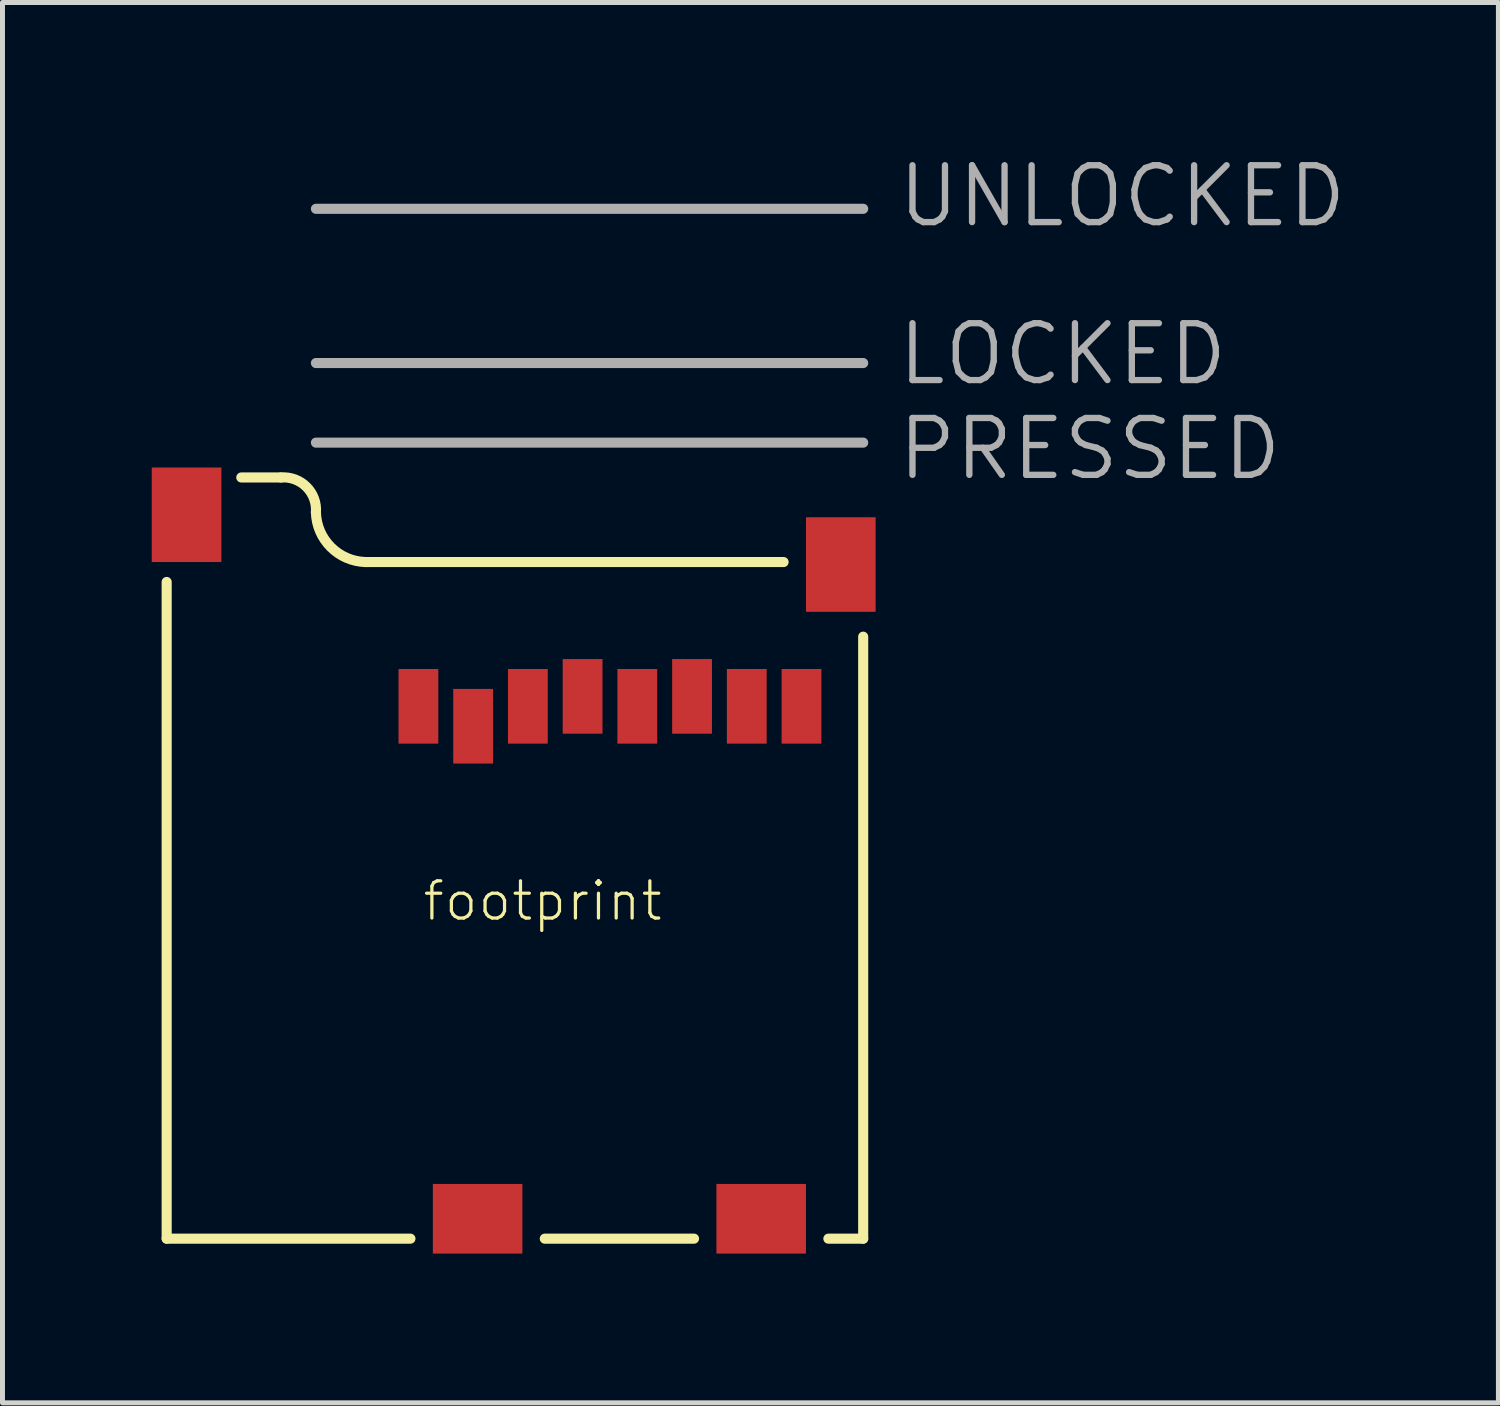
<source format=kicad_pcb>
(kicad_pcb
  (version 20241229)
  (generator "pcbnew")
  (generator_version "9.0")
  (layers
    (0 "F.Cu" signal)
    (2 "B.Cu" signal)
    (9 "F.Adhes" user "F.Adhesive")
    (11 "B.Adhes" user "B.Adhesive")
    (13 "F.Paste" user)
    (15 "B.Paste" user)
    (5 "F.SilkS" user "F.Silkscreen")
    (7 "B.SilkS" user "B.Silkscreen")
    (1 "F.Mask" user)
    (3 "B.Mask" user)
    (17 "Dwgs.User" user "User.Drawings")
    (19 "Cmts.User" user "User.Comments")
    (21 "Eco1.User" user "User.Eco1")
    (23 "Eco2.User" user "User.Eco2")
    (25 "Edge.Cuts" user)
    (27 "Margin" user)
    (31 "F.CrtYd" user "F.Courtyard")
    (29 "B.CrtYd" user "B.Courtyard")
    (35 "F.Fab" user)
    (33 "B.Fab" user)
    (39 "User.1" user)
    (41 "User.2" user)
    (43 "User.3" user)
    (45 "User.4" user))
  (footprint "footprint"
    (layer "F.Cu")
    (at 14.3 21.847)
    (property "Reference" "footprint" (at -8.89 -6.35 0) (layer "F.SilkS") (effects (font (size 0.748 0.748) (thickness 0.065)) (justify left bottom)))
    (fp_line (start -14 0) (end -14 -13.2) (stroke (width 0.203) (type solid)) (layer "F.SilkS"))
    (fp_line (start -14 0) (end -9.1 0) (stroke (width 0.203) (type solid)) (layer "F.SilkS"))
    (fp_line (start -11.7 -15.3) (end -12.5 -15.3) (stroke (width 0.203) (type solid)) (layer "F.SilkS"))
    (fp_line (start -10 -13.6) (end -1.6 -13.6) (stroke (width 0.203) (type solid)) (layer "F.SilkS"))
    (fp_line (start -3.4 0) (end -6.4 0) (stroke (width 0.203) (type solid)) (layer "F.SilkS"))
    (fp_line (start 0 -12.1) (end 0 0) (stroke (width 0.203) (type solid)) (layer "F.SilkS"))
    (fp_line (start 0 0) (end -0.7 0) (stroke (width 0.203) (type solid)) (layer "F.SilkS"))
    (fp_arc (start -11.7 -15.3) (mid -11.189022 -15.110978) (end -10.999999 -14.600001) (stroke (width 0.2032) (type solid)) (layer "F.SilkS"))
    (fp_arc (start -10.000001 -13.599999) (mid -10.700001 -13.9) (end -11 -14.6) (stroke (width 0.2032) (type solid)) (layer "F.SilkS"))
    (fp_line (start -11 -16) (end 0 -16) (stroke (width 0.203) (type solid)) (layer "F.Fab"))
    (fp_line (start 0 -20.7) (end -11 -20.7) (stroke (width 0.203) (type solid)) (layer "F.Fab"))
    (fp_line (start 0 -17.6) (end -11 -17.6) (stroke (width 0.203) (type solid)) (layer "F.Fab"))
    (fp_text user "LOCKED" (at 0.635 -17.78 0) (layer "F.Fab") (effects (font (size 1.143 1.143) (thickness 0.127)) (justify left)))
    (fp_text user "UNLOCKED" (at 0.635 -20.955 0) (layer "F.Fab") (effects (font (size 1.143 1.143) (thickness 0.127)) (justify left)))
    (fp_text user "PRESSED" (at 0.635 -15.875 0) (layer "F.Fab") (effects (font (size 1.143 1.143) (thickness 0.127)) (justify left)))
    (pad "CD1" smd rect (at -2.05 -0.4) (size 1.8 1.4) (layers "F.Cu" "F.Mask" "F.Paste"))
    (pad "CD2" smd rect (at -7.75 -0.4) (size 1.8 1.4) (layers "F.Cu" "F.Mask" "F.Paste"))
    (pad "CS" smd rect (at -7.84 -10.3) (size 0.8 1.5) (layers "F.Cu" "F.Mask" "F.Paste"))
    (pad "DI" smd rect (at -6.74 -10.7) (size 0.8 1.5) (layers "F.Cu" "F.Mask" "F.Paste"))
    (pad "DO" smd rect (at -2.34 -10.7) (size 0.8 1.5) (layers "F.Cu" "F.Mask" "F.Paste"))
    (pad "GND" smd rect (at -3.44 -10.9) (size 0.8 1.5) (layers "F.Cu" "F.Mask" "F.Paste"))
    (pad "GND1" smd rect (at -13.6 -14.55) (size 1.4 1.9) (layers "F.Cu" "F.Mask" "F.Paste"))
    (pad "GND3" smd rect (at -0.45 -13.55) (size 1.4 1.9) (layers "F.Cu" "F.Mask" "F.Paste"))
    (pad "RSV1" smd rect (at -8.94 -10.7) (size 0.8 1.5) (layers "F.Cu" "F.Mask" "F.Paste"))
    (pad "RSV2" smd rect (at -1.24 -10.7) (size 0.8 1.5) (layers "F.Cu" "F.Mask" "F.Paste"))
    (pad "SCLK" smd rect (at -4.54 -10.7) (size 0.8 1.5) (layers "F.Cu" "F.Mask" "F.Paste"))
    (pad "VCC" smd rect (at -5.64 -10.9) (size 0.8 1.5) (layers "F.Cu" "F.Mask" "F.Paste")))
  (gr_rect
    (start -3 -3)
    (end 27.068 25.147)
    (stroke (width 0.1) (type default))
    (fill no)
    (layer "Edge.Cuts")))
</source>
